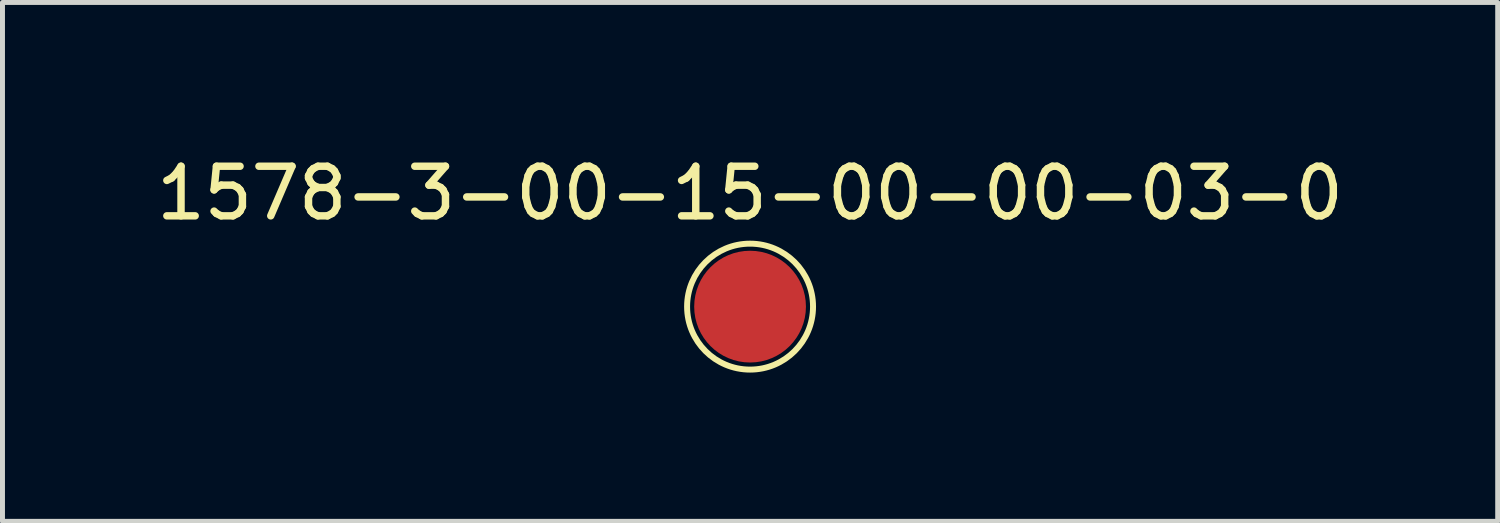
<source format=kicad_pcb>
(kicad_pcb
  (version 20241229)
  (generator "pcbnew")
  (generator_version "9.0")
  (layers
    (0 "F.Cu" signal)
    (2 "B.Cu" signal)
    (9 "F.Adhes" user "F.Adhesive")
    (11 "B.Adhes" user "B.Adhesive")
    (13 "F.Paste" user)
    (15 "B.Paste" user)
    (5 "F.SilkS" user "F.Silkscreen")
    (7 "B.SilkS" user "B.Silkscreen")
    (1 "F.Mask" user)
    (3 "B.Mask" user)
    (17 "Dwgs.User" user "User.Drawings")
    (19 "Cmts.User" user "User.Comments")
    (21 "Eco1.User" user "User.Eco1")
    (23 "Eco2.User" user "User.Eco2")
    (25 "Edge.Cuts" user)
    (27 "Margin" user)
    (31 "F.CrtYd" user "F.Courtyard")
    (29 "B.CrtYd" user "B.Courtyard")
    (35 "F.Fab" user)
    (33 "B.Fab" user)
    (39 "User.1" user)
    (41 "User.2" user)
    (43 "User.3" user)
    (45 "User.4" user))
  (footprint "1578-3-00-15-00-00-03-0"
    (layer "F.Cu")
    (at 12.077 3.134)
    (property "Reference" "1578-3-00-15-00-00-03-0" (at 0 -2.286 0) (unlocked yes) (layer "F.SilkS") (effects (font (size 1 1) (thickness 0.15))))
    (attr smd)
    (fp_circle (center 0 0) (end 0 -1.27) (stroke (width 0.12) (type solid)) (fill no) (layer "F.SilkS"))
    (pad "1" smd circle (at 0 0) (size 2.254 2.254) (layers "F.Cu" "F.Mask" "F.Paste")))
  (gr_rect
    (start -3 -3)
    (end 27.155 7.464)
    (stroke (width 0.1) (type default))
    (fill no)
    (layer "Edge.Cuts")))
</source>
